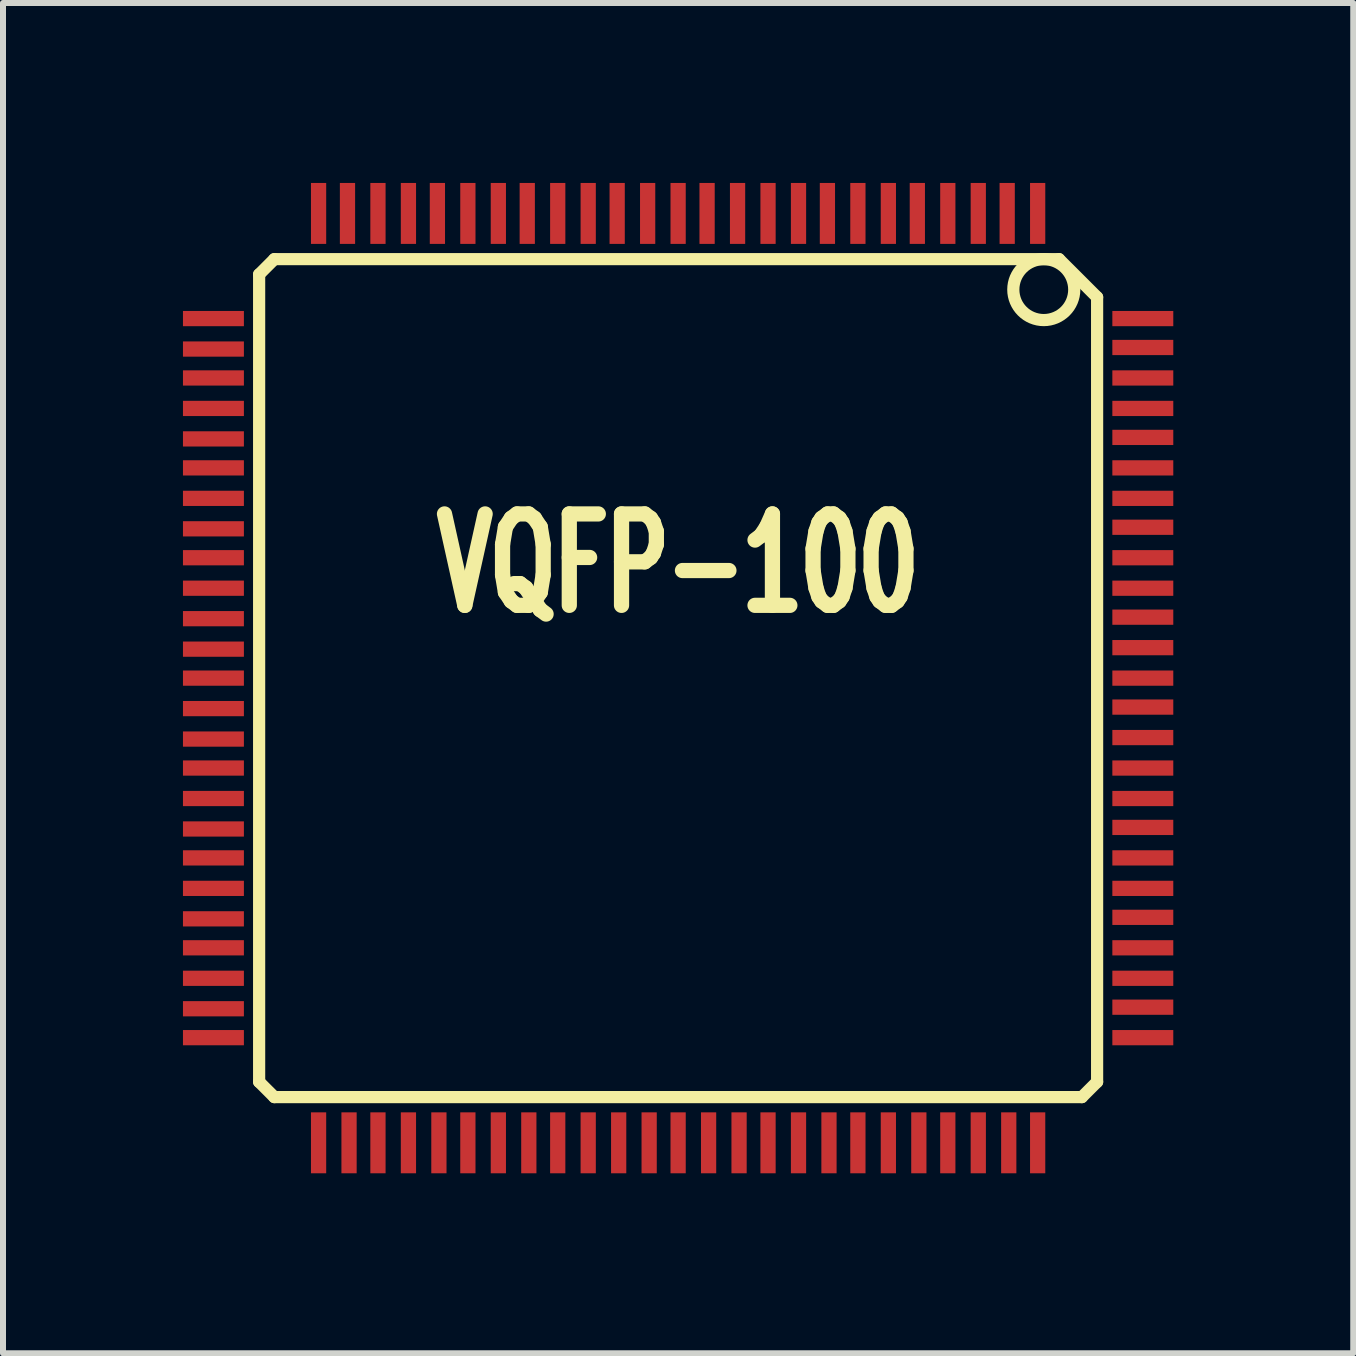
<source format=kicad_pcb>
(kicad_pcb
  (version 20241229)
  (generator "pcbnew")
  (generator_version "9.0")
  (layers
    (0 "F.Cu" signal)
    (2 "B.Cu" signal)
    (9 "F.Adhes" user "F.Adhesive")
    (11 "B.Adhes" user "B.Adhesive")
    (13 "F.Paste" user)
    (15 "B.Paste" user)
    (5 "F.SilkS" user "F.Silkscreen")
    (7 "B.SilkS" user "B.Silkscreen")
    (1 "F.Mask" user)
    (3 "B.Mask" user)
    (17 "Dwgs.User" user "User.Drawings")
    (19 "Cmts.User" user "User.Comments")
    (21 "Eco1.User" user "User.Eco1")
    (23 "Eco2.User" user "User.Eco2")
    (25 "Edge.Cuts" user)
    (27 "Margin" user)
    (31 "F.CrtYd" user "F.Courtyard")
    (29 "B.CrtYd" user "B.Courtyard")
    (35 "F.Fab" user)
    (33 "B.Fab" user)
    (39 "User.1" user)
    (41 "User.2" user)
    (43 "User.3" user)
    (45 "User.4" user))
  (footprint "VQFP-100"
    (layer "F.Cu")
    (at 8.255 8.255)
    (property "Reference" "VQFP-100" (at 0 -1.905 0) (layer "F.SilkS") (effects (font (size 1.524 1.016) (thickness 0.305))))
    (attr smd)
    (fp_line (start -6.985 -6.731) (end -6.985 6.731) (stroke (width 0.203) (type solid)) (layer "F.SilkS"))
    (fp_line (start -6.985 -6.731) (end -6.731 -6.985) (stroke (width 0.203) (type solid)) (layer "F.SilkS"))
    (fp_line (start -6.985 6.731) (end -6.731 6.985) (stroke (width 0.203) (type solid)) (layer "F.SilkS"))
    (fp_line (start -6.731 6.985) (end 6.731 6.985) (stroke (width 0.203) (type solid)) (layer "F.SilkS"))
    (fp_line (start 6.35 -6.985) (end -6.731 -6.985) (stroke (width 0.203) (type solid)) (layer "F.SilkS"))
    (fp_line (start 6.731 6.985) (end 6.985 6.731) (stroke (width 0.203) (type solid)) (layer "F.SilkS"))
    (fp_line (start 6.985 -6.35) (end 6.35 -6.985) (stroke (width 0.203) (type solid)) (layer "F.SilkS"))
    (fp_line (start 6.985 6.731) (end 6.985 -6.35) (stroke (width 0.203) (type solid)) (layer "F.SilkS"))
    (fp_circle (center 6.096 -6.477) (end 6.096 -6.985) (stroke (width 0.203) (type solid)) (fill no) (layer "F.SilkS"))
    (pad "1" smd rect (at 5.994 -7.747) (size 0.254 1.016) (layers "F.Cu" "F.Mask" "F.Paste"))
    (pad "2" smd rect (at 5.486 -7.747) (size 0.254 1.016) (layers "F.Cu" "F.Mask" "F.Paste"))
    (pad "3" smd rect (at 5.004 -7.747) (size 0.254 1.016) (layers "F.Cu" "F.Mask" "F.Paste"))
    (pad "4" smd rect (at 4.496 -7.747) (size 0.254 1.016) (layers "F.Cu" "F.Mask" "F.Paste"))
    (pad "5" smd rect (at 3.988 -7.747) (size 0.254 1.016) (layers "F.Cu" "F.Mask" "F.Paste"))
    (pad "6" smd rect (at 3.505 -7.747) (size 0.254 1.016) (layers "F.Cu" "F.Mask" "F.Paste"))
    (pad "7" smd rect (at 2.997 -7.747) (size 0.254 1.016) (layers "F.Cu" "F.Mask" "F.Paste"))
    (pad "8" smd rect (at 2.489 -7.747) (size 0.254 1.016) (layers "F.Cu" "F.Mask" "F.Paste"))
    (pad "9" smd rect (at 2.007 -7.747) (size 0.254 1.016) (layers "F.Cu" "F.Mask" "F.Paste"))
    (pad "10" smd rect (at 1.499 -7.747) (size 0.254 1.016) (layers "F.Cu" "F.Mask" "F.Paste"))
    (pad "11" smd rect (at 0.991 -7.747) (size 0.254 1.016) (layers "F.Cu" "F.Mask" "F.Paste"))
    (pad "12" smd rect (at 0.483 -7.747) (size 0.254 1.016) (layers "F.Cu" "F.Mask" "F.Paste"))
    (pad "13" smd rect (at 0 -7.747) (size 0.254 1.016) (layers "F.Cu" "F.Mask" "F.Paste"))
    (pad "14" smd rect (at -0.508 -7.747) (size 0.254 1.016) (layers "F.Cu" "F.Mask" "F.Paste"))
    (pad "15" smd rect (at -1.016 -7.747) (size 0.254 1.016) (layers "F.Cu" "F.Mask" "F.Paste"))
    (pad "16" smd rect (at -1.499 -7.747) (size 0.254 1.016) (layers "F.Cu" "F.Mask" "F.Paste"))
    (pad "17" smd rect (at -2.007 -7.747) (size 0.254 1.016) (layers "F.Cu" "F.Mask" "F.Paste"))
    (pad "18" smd rect (at -2.515 -7.747) (size 0.254 1.016) (layers "F.Cu" "F.Mask" "F.Paste"))
    (pad "19" smd rect (at -2.997 -7.747) (size 0.254 1.016) (layers "F.Cu" "F.Mask" "F.Paste"))
    (pad "20" smd rect (at -3.505 -7.747) (size 0.254 1.016) (layers "F.Cu" "F.Mask" "F.Paste"))
    (pad "21" smd rect (at -4.013 -7.747) (size 0.254 1.016) (layers "F.Cu" "F.Mask" "F.Paste"))
    (pad "22" smd rect (at -4.496 -7.747) (size 0.254 1.016) (layers "F.Cu" "F.Mask" "F.Paste"))
    (pad "23" smd rect (at -5.004 -7.747) (size 0.254 1.016) (layers "F.Cu" "F.Mask" "F.Paste"))
    (pad "24" smd rect (at -5.512 -7.747) (size 0.254 1.016) (layers "F.Cu" "F.Mask" "F.Paste"))
    (pad "25" smd rect (at -5.994 -7.747) (size 0.254 1.016) (layers "F.Cu" "F.Mask" "F.Paste"))
    (pad "26" smd rect (at -7.747 -5.994 90) (size 0.254 1.016) (layers "F.Cu" "F.Mask" "F.Paste"))
    (pad "27" smd rect (at -7.747 -5.486 90) (size 0.254 1.016) (layers "F.Cu" "F.Mask" "F.Paste"))
    (pad "28" smd rect (at -7.747 -5.004 90) (size 0.254 1.016) (layers "F.Cu" "F.Mask" "F.Paste"))
    (pad "29" smd rect (at -7.747 -4.496 90) (size 0.254 1.016) (layers "F.Cu" "F.Mask" "F.Paste"))
    (pad "30" smd rect (at -7.747 -3.988 90) (size 0.254 1.016) (layers "F.Cu" "F.Mask" "F.Paste"))
    (pad "31" smd rect (at -7.747 -3.505 90) (size 0.254 1.016) (layers "F.Cu" "F.Mask" "F.Paste"))
    (pad "32" smd rect (at -7.747 -2.997 90) (size 0.254 1.016) (layers "F.Cu" "F.Mask" "F.Paste"))
    (pad "33" smd rect (at -7.747 -2.489 90) (size 0.254 1.016) (layers "F.Cu" "F.Mask" "F.Paste"))
    (pad "34" smd rect (at -7.747 -2.007 90) (size 0.254 1.016) (layers "F.Cu" "F.Mask" "F.Paste"))
    (pad "35" smd rect (at -7.747 -1.499 90) (size 0.254 1.016) (layers "F.Cu" "F.Mask" "F.Paste"))
    (pad "36" smd rect (at -7.747 -0.991 90) (size 0.254 1.016) (layers "F.Cu" "F.Mask" "F.Paste"))
    (pad "37" smd rect (at -7.747 -0.483 90) (size 0.254 1.016) (layers "F.Cu" "F.Mask" "F.Paste"))
    (pad "38" smd rect (at -7.747 0 90) (size 0.254 1.016) (layers "F.Cu" "F.Mask" "F.Paste"))
    (pad "39" smd rect (at -7.747 0.508 90) (size 0.254 1.016) (layers "F.Cu" "F.Mask" "F.Paste"))
    (pad "40" smd rect (at -7.747 1.016 90) (size 0.254 1.016) (layers "F.Cu" "F.Mask" "F.Paste"))
    (pad "41" smd rect (at -7.747 1.499 90) (size 0.254 1.016) (layers "F.Cu" "F.Mask" "F.Paste"))
    (pad "42" smd rect (at -7.747 2.007 90) (size 0.254 1.016) (layers "F.Cu" "F.Mask" "F.Paste"))
    (pad "43" smd rect (at -7.747 2.515 90) (size 0.254 1.016) (layers "F.Cu" "F.Mask" "F.Paste"))
    (pad "44" smd rect (at -7.747 2.997 90) (size 0.254 1.016) (layers "F.Cu" "F.Mask" "F.Paste"))
    (pad "45" smd rect (at -7.747 3.505 90) (size 0.254 1.016) (layers "F.Cu" "F.Mask" "F.Paste"))
    (pad "46" smd rect (at -7.747 4.013 90) (size 0.254 1.016) (layers "F.Cu" "F.Mask" "F.Paste"))
    (pad "47" smd rect (at -7.747 4.496 90) (size 0.254 1.016) (layers "F.Cu" "F.Mask" "F.Paste"))
    (pad "48" smd rect (at -7.747 5.004 90) (size 0.254 1.016) (layers "F.Cu" "F.Mask" "F.Paste"))
    (pad "49" smd rect (at -7.747 5.512 90) (size 0.254 1.016) (layers "F.Cu" "F.Mask" "F.Paste"))
    (pad "50" smd rect (at -7.747 5.994 90) (size 0.254 1.016) (layers "F.Cu" "F.Mask" "F.Paste"))
    (pad "51" smd rect (at -5.994 7.747) (size 0.254 1.016) (layers "F.Cu" "F.Mask" "F.Paste"))
    (pad "52" smd rect (at -5.486 7.747) (size 0.254 1.016) (layers "F.Cu" "F.Mask" "F.Paste"))
    (pad "53" smd rect (at -5.004 7.747) (size 0.254 1.016) (layers "F.Cu" "F.Mask" "F.Paste"))
    (pad "54" smd rect (at -4.496 7.747) (size 0.254 1.016) (layers "F.Cu" "F.Mask" "F.Paste"))
    (pad "55" smd rect (at -3.988 7.747) (size 0.254 1.016) (layers "F.Cu" "F.Mask" "F.Paste"))
    (pad "56" smd rect (at -3.505 7.747) (size 0.254 1.016) (layers "F.Cu" "F.Mask" "F.Paste"))
    (pad "57" smd rect (at -2.997 7.747) (size 0.254 1.016) (layers "F.Cu" "F.Mask" "F.Paste"))
    (pad "58" smd rect (at -2.489 7.747) (size 0.254 1.016) (layers "F.Cu" "F.Mask" "F.Paste"))
    (pad "59" smd rect (at -2.007 7.747) (size 0.254 1.016) (layers "F.Cu" "F.Mask" "F.Paste"))
    (pad "60" smd rect (at -1.499 7.747) (size 0.254 1.016) (layers "F.Cu" "F.Mask" "F.Paste"))
    (pad "61" smd rect (at -0.991 7.747) (size 0.254 1.016) (layers "F.Cu" "F.Mask" "F.Paste"))
    (pad "62" smd rect (at -0.483 7.747) (size 0.254 1.016) (layers "F.Cu" "F.Mask" "F.Paste"))
    (pad "63" smd rect (at 0 7.747) (size 0.254 1.016) (layers "F.Cu" "F.Mask" "F.Paste"))
    (pad "64" smd rect (at 0.508 7.747) (size 0.254 1.016) (layers "F.Cu" "F.Mask" "F.Paste"))
    (pad "65" smd rect (at 1.016 7.747) (size 0.254 1.016) (layers "F.Cu" "F.Mask" "F.Paste"))
    (pad "66" smd rect (at 1.499 7.747) (size 0.254 1.016) (layers "F.Cu" "F.Mask" "F.Paste"))
    (pad "67" smd rect (at 2.007 7.747) (size 0.254 1.016) (layers "F.Cu" "F.Mask" "F.Paste"))
    (pad "68" smd rect (at 2.515 7.747) (size 0.254 1.016) (layers "F.Cu" "F.Mask" "F.Paste"))
    (pad "69" smd rect (at 2.997 7.747) (size 0.254 1.016) (layers "F.Cu" "F.Mask" "F.Paste"))
    (pad "70" smd rect (at 3.505 7.747) (size 0.254 1.016) (layers "F.Cu" "F.Mask" "F.Paste"))
    (pad "71" smd rect (at 4.013 7.747) (size 0.254 1.016) (layers "F.Cu" "F.Mask" "F.Paste"))
    (pad "72" smd rect (at 4.496 7.747) (size 0.254 1.016) (layers "F.Cu" "F.Mask" "F.Paste"))
    (pad "73" smd rect (at 5.004 7.747) (size 0.254 1.016) (layers "F.Cu" "F.Mask" "F.Paste"))
    (pad "74" smd rect (at 5.512 7.747) (size 0.254 1.016) (layers "F.Cu" "F.Mask" "F.Paste"))
    (pad "75" smd rect (at 5.994 7.747) (size 0.254 1.016) (layers "F.Cu" "F.Mask" "F.Paste"))
    (pad "76" smd rect (at 7.747 5.994 90) (size 0.254 1.016) (layers "F.Cu" "F.Mask" "F.Paste"))
    (pad "77" smd rect (at 7.747 5.486 90) (size 0.254 1.016) (layers "F.Cu" "F.Mask" "F.Paste"))
    (pad "78" smd rect (at 7.747 5.004 90) (size 0.254 1.016) (layers "F.Cu" "F.Mask" "F.Paste"))
    (pad "79" smd rect (at 7.747 4.496 90) (size 0.254 1.016) (layers "F.Cu" "F.Mask" "F.Paste"))
    (pad "80" smd rect (at 7.747 3.988 90) (size 0.254 1.016) (layers "F.Cu" "F.Mask" "F.Paste"))
    (pad "81" smd rect (at 7.747 3.505 90) (size 0.254 1.016) (layers "F.Cu" "F.Mask" "F.Paste"))
    (pad "82" smd rect (at 7.747 2.997 90) (size 0.254 1.016) (layers "F.Cu" "F.Mask" "F.Paste"))
    (pad "83" smd rect (at 7.747 2.489 90) (size 0.254 1.016) (layers "F.Cu" "F.Mask" "F.Paste"))
    (pad "84" smd rect (at 7.747 2.007 90) (size 0.254 1.016) (layers "F.Cu" "F.Mask" "F.Paste"))
    (pad "85" smd rect (at 7.747 1.499 90) (size 0.254 1.016) (layers "F.Cu" "F.Mask" "F.Paste"))
    (pad "86" smd rect (at 7.747 0.991 90) (size 0.254 1.016) (layers "F.Cu" "F.Mask" "F.Paste"))
    (pad "87" smd rect (at 7.747 0.483 90) (size 0.254 1.016) (layers "F.Cu" "F.Mask" "F.Paste"))
    (pad "88" smd rect (at 7.747 0 90) (size 0.254 1.016) (layers "F.Cu" "F.Mask" "F.Paste"))
    (pad "89" smd rect (at 7.747 -0.508 90) (size 0.254 1.016) (layers "F.Cu" "F.Mask" "F.Paste"))
    (pad "90" smd rect (at 7.747 -1.016 90) (size 0.254 1.016) (layers "F.Cu" "F.Mask" "F.Paste"))
    (pad "91" smd rect (at 7.747 -1.499 90) (size 0.254 1.016) (layers "F.Cu" "F.Mask" "F.Paste"))
    (pad "92" smd rect (at 7.747 -2.007 90) (size 0.254 1.016) (layers "F.Cu" "F.Mask" "F.Paste"))
    (pad "93" smd rect (at 7.747 -2.515 90) (size 0.254 1.016) (layers "F.Cu" "F.Mask" "F.Paste"))
    (pad "94" smd rect (at 7.747 -2.997 90) (size 0.254 1.016) (layers "F.Cu" "F.Mask" "F.Paste"))
    (pad "95" smd rect (at 7.747 -3.505 90) (size 0.254 1.016) (layers "F.Cu" "F.Mask" "F.Paste"))
    (pad "96" smd rect (at 7.747 -4.013 90) (size 0.254 1.016) (layers "F.Cu" "F.Mask" "F.Paste"))
    (pad "97" smd rect (at 7.747 -4.496 90) (size 0.254 1.016) (layers "F.Cu" "F.Mask" "F.Paste"))
    (pad "98" smd rect (at 7.747 -5.004 90) (size 0.254 1.016) (layers "F.Cu" "F.Mask" "F.Paste"))
    (pad "99" smd rect (at 7.747 -5.512 90) (size 0.254 1.016) (layers "F.Cu" "F.Mask" "F.Paste"))
    (pad "100" smd rect (at 7.747 -5.994 90) (size 0.254 1.016) (layers "F.Cu" "F.Mask" "F.Paste")))
  (gr_rect
    (start -3 -3)
    (end 19.51 19.51)
    (stroke (width 0.1) (type default))
    (fill no)
    (layer "Edge.Cuts")))
</source>
